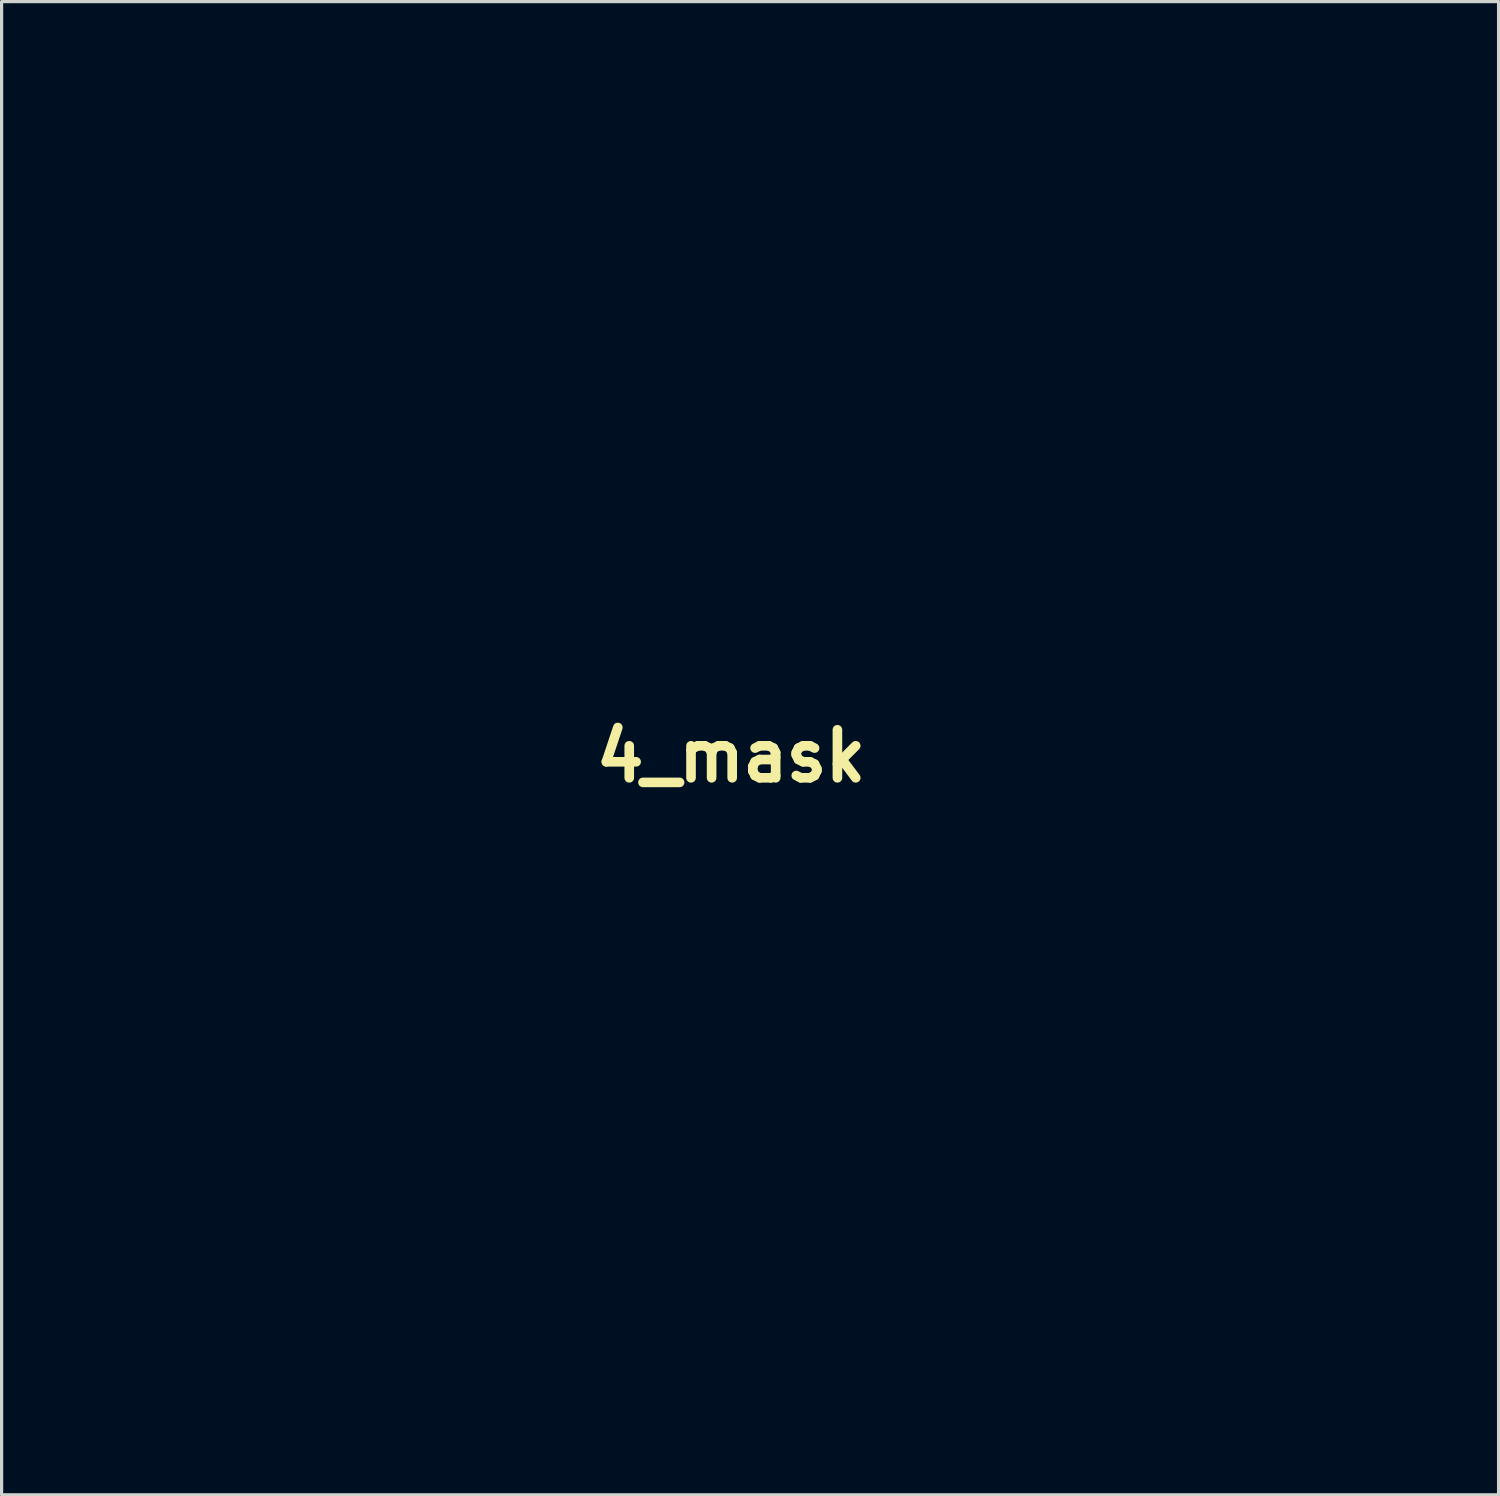
<source format=kicad_pcb>
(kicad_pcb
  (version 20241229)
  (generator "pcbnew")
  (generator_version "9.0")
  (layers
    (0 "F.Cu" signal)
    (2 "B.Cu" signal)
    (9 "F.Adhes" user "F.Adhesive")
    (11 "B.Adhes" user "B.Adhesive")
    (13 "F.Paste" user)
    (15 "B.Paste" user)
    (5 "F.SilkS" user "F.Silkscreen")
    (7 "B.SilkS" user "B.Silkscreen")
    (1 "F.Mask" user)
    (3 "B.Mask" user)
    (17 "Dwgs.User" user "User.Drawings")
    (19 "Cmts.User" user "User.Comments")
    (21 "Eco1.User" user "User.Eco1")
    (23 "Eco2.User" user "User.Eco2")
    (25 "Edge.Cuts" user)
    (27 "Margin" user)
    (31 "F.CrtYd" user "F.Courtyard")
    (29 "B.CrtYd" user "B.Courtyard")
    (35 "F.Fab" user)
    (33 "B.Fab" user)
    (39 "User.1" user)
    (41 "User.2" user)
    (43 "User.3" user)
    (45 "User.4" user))
  (footprint "4_mask"
    (layer "F.Cu")
    (at 19.777 20.559)
    (property "Reference" "4_mask" (at 0 0 0) (layer "F.SilkS") (effects (font (size 1.5 1.5) (thickness 0.3))))
    (attr board_only exclude_from_pos_files exclude_from_bom)
    (fp_poly (pts (xy 9.347 3.542) (xy 9.459 3.714) (xy 9.452 3.93) (xy 9.429 3.979) (xy 9.326 4.113) (xy 9.257 4.149) (xy 9.223 4.229) (xy 9.198 4.456) (xy 9.181 4.807) (xy 9.175 5.257) (xy 9.175 5.271) (xy 9.175 6.393) (xy 12.233 9.44) (xy 15.291 12.487) (xy 15.291 13.906) (xy 15.295 14.402) (xy 15.308 14.815) (xy 15.327 15.119) (xy 15.352 15.293) (xy 15.37 15.325) (xy 15.524 15.398) (xy 15.654 15.578) (xy 15.715 15.8) (xy 15.716 15.826) (xy 15.646 16.081) (xy 15.47 16.258) (xy 15.236 16.338) (xy 14.993 16.3) (xy 14.837 16.186) (xy 14.709 15.934) (xy 14.73 15.666) (xy 14.896 15.434) (xy 14.909 15.424) (xy 14.988 15.357) (xy 15.045 15.282) (xy 15.083 15.171) (xy 15.105 14.996) (xy 15.117 14.731) (xy 15.121 14.347) (xy 15.121 13.915) (xy 15.121 12.572) (xy 12.063 9.525) (xy 9.005 6.478) (xy 9.005 5.324) (xy 9.001 4.836) (xy 8.988 4.492) (xy 8.964 4.264) (xy 8.925 4.128) (xy 8.877 4.064) (xy 8.758 3.882) (xy 8.777 3.689) (xy 8.91 3.537) (xy 9.137 3.471) (xy 9.146 3.471)) (stroke (width 0) (type solid)) (fill yes) (layer "F.Mask"))
    (fp_poly (pts (xy 13.41 -2.815) (xy 13.526 -2.661) (xy 13.55 -2.475) (xy 13.468 -2.312) (xy 13.373 -2.253) (xy 13.333 -2.212) (xy 13.303 -2.109) (xy 13.281 -1.927) (xy 13.266 -1.645) (xy 13.257 -1.245) (xy 13.253 -0.707) (xy 13.252 -0.26) (xy 13.252 0.364) (xy 13.248 0.84) (xy 13.241 1.189) (xy 13.227 1.432) (xy 13.206 1.592) (xy 13.175 1.689) (xy 13.133 1.745) (xy 13.082 1.778) (xy 12.94 1.945) (xy 12.912 2.115) (xy 12.837 2.36) (xy 12.649 2.549) (xy 12.404 2.625) (xy 12.403 2.625) (xy 12.236 2.578) (xy 12.082 2.493) (xy 11.923 2.291) (xy 11.886 2.036) (xy 11.967 1.787) (xy 12.113 1.639) (xy 12.293 1.548) (xy 12.469 1.552) (xy 12.622 1.6) (xy 12.836 1.655) (xy 12.984 1.657) (xy 12.997 1.651) (xy 13.023 1.555) (xy 13.044 1.322) (xy 13.061 0.979) (xy 13.073 0.557) (xy 13.081 0.082) (xy 13.083 -0.415) (xy 13.081 -0.907) (xy 13.074 -1.365) (xy 13.061 -1.759) (xy 13.044 -2.062) (xy 13.022 -2.245) (xy 13.003 -2.286) (xy 12.909 -2.356) (xy 12.863 -2.516) (xy 12.879 -2.688) (xy 12.916 -2.756) (xy 13.078 -2.854) (xy 13.217 -2.879)) (stroke (width 0) (type solid)) (fill yes) (layer "F.Mask"))
    (fp_poly (pts (xy 18.224 -20.531) (xy 18.379 -20.402) (xy 18.433 -20.22) (xy 18.358 -20.033) (xy 18.307 -19.981) (xy 18.289 -19.953) (xy 18.274 -19.891) (xy 18.26 -19.789) (xy 18.247 -19.638) (xy 18.236 -19.431) (xy 18.226 -19.161) (xy 18.217 -18.818) (xy 18.209 -18.397) (xy 18.203 -17.888) (xy 18.197 -17.285) (xy 18.193 -16.579) (xy 18.189 -15.763) (xy 18.186 -14.829) (xy 18.183 -13.769) (xy 18.182 -12.575) (xy 18.18 -11.24) (xy 18.18 -9.756) (xy 18.179 -8.116) (xy 18.179 -7.006) (xy 18.179 5.865) (xy 18.392 6.061) (xy 18.566 6.315) (xy 18.586 6.588) (xy 18.451 6.841) (xy 18.434 6.858) (xy 18.199 7.007) (xy 17.949 6.991) (xy 17.773 6.896) (xy 17.616 6.695) (xy 17.578 6.439) (xy 17.657 6.191) (xy 17.797 6.046) (xy 18.009 5.907) (xy 18.009 -6.984) (xy 18.009 -8.724) (xy 18.009 -10.302) (xy 18.008 -11.727) (xy 18.007 -13.005) (xy 18.005 -14.146) (xy 18.002 -15.156) (xy 17.999 -16.043) (xy 17.995 -16.816) (xy 17.99 -17.483) (xy 17.985 -18.05) (xy 17.978 -18.526) (xy 17.97 -18.918) (xy 17.961 -19.235) (xy 17.951 -19.484) (xy 17.939 -19.673) (xy 17.926 -19.81) (xy 17.911 -19.902) (xy 17.895 -19.958) (xy 17.878 -19.985) (xy 17.774 -20.156) (xy 17.779 -20.353) (xy 17.88 -20.511) (xy 17.993 -20.559)) (stroke (width 0) (type solid)) (fill yes) (layer "F.Mask"))
    (fp_poly (pts (xy 11.52 -1.531) (xy 11.663 -1.4) (xy 11.68 -1.357) (xy 11.693 -1.171) (xy 11.641 -1.004) (xy 11.545 -0.931) (xy 11.544 -0.931) (xy 11.527 -0.849) (xy 11.512 -0.613) (xy 11.499 -0.237) (xy 11.488 0.264) (xy 11.479 0.874) (xy 11.472 1.579) (xy 11.469 2.364) (xy 11.468 2.815) (xy 11.469 6.562) (xy 14.399 9.227) (xy 17.33 11.892) (xy 17.33 14.224) (xy 17.33 16.556) (xy 16.542 17.337) (xy 15.755 18.119) (xy 12.698 18.119) (xy 9.64 18.119) (xy 8.028 16.51) (xy 6.415 14.901) (xy 2.771 14.901) (xy -0.872 14.901) (xy -1.069 15.113) (xy -1.321 15.29) (xy -1.578 15.304) (xy -1.815 15.156) (xy -1.863 15.102) (xy -2.008 14.868) (xy -2.011 14.676) (xy -1.87 14.472) (xy -1.83 14.432) (xy -1.615 14.267) (xy -1.42 14.246) (xy -1.204 14.373) (xy -1.091 14.478) (xy -0.836 14.732) (xy 2.832 14.732) (xy 6.5 14.732) (xy 8.113 16.341) (xy 9.725 17.949) (xy 12.697 17.949) (xy 15.67 17.949) (xy 16.415 17.21) (xy 17.16 16.471) (xy 17.16 14.226) (xy 17.16 11.98) (xy 14.229 9.315) (xy 11.298 6.65) (xy 11.298 2.907) (xy 11.296 1.931) (xy 11.291 1.09) (xy 11.282 0.389) (xy 11.269 -0.165) (xy 11.253 -0.567) (xy 11.233 -0.81) (xy 11.214 -0.889) (xy 11.107 -1.001) (xy 11.042 -1.103) (xy 11.006 -1.26) (xy 11.103 -1.414) (xy 11.12 -1.431) (xy 11.319 -1.544)) (stroke (width 0) (type solid)) (fill yes) (layer "F.Mask"))
    (fp_poly (pts (xy 19.348 13.95) (xy 19.369 13.97) (xy 19.517 14.217) (xy 19.507 14.476) (xy 19.34 14.706) (xy 19.326 14.717) (xy 19.248 14.783) (xy 19.191 14.857) (xy 19.153 14.966) (xy 19.13 15.137) (xy 19.119 15.396) (xy 19.114 15.772) (xy 19.114 16.269) (xy 19.114 17.656) (xy 18.072 18.691) (xy 17.03 19.727) (xy 11.551 19.727) (xy 6.072 19.727) (xy 4.375 18.034) (xy 2.678 16.341) (xy -2.187 16.341) (xy -3.216 16.342) (xy -4.145 16.346) (xy -4.961 16.352) (xy -5.657 16.361) (xy -6.224 16.372) (xy -6.65 16.385) (xy -6.928 16.399) (xy -7.047 16.416) (xy -7.051 16.42) (xy -7.123 16.51) (xy -7.288 16.563) (xy -7.47 16.557) (xy -7.5 16.548) (xy -7.652 16.42) (xy -7.69 16.237) (xy -7.625 16.057) (xy -7.471 15.937) (xy -7.356 15.917) (xy -7.153 15.969) (xy -7.051 16.044) (xy -7.011 16.072) (xy -6.931 16.095) (xy -6.798 16.114) (xy -6.6 16.13) (xy -6.325 16.143) (xy -5.958 16.153) (xy -5.488 16.16) (xy -4.901 16.165) (xy -4.186 16.169) (xy -3.329 16.171) (xy -2.317 16.171) (xy -2.091 16.171) (xy 2.762 16.171) (xy 4.46 17.865) (xy 6.157 19.558) (xy 11.551 19.558) (xy 16.945 19.558) (xy 17.944 18.564) (xy 18.944 17.571) (xy 18.944 16.261) (xy 18.943 15.762) (xy 18.937 15.406) (xy 18.923 15.162) (xy 18.897 15.002) (xy 18.855 14.899) (xy 18.792 14.824) (xy 18.739 14.778) (xy 18.527 14.531) (xy 18.483 14.286) (xy 18.605 14.031) (xy 18.609 14.026) (xy 18.84 13.842) (xy 19.098 13.816)) (stroke (width 0) (type solid)) (fill yes) (layer "F.Mask"))
    (fp_poly (pts (xy 2.113 17.484) (xy 2.261 17.664) (xy 2.313 17.903) (xy 2.247 18.163) (xy 2.145 18.309) (xy 1.929 18.439) (xy 1.676 18.424) (xy 1.431 18.268) (xy 1.409 18.246) (xy 1.212 18.034) (xy -8.983 18.034) (xy -10.524 18.034) (xy -11.905 18.035) (xy -13.133 18.036) (xy -14.217 18.038) (xy -15.168 18.04) (xy -15.992 18.043) (xy -16.7 18.048) (xy -17.299 18.053) (xy -17.799 18.06) (xy -18.209 18.068) (xy -18.538 18.077) (xy -18.793 18.088) (xy -18.985 18.1) (xy -19.122 18.115) (xy -19.212 18.131) (xy -19.265 18.149) (xy -19.287 18.165) (xy -19.455 18.262) (xy -19.574 18.271) (xy -19.702 18.209) (xy -19.764 18.044) (xy -19.777 17.939) (xy -19.753 17.683) (xy -19.635 17.565) (xy -19.438 17.592) (xy -19.27 17.692) (xy -19.233 17.718) (xy -19.19 17.741) (xy -19.131 17.762) (xy -19.047 17.78) (xy -18.929 17.796) (xy -18.769 17.81) (xy -18.556 17.821) (xy -18.282 17.831) (xy -17.937 17.84) (xy -17.513 17.847) (xy -16.999 17.852) (xy -16.388 17.856) (xy -15.669 17.859) (xy -14.834 17.862) (xy -13.873 17.863) (xy -12.777 17.864) (xy -11.537 17.864) (xy -10.144 17.865) (xy -8.886 17.865) (xy -7.361 17.865) (xy -5.996 17.864) (xy -4.784 17.864) (xy -3.714 17.863) (xy -2.778 17.861) (xy -1.966 17.858) (xy -1.271 17.855) (xy -0.683 17.85) (xy -0.192 17.844) (xy 0.21 17.837) (xy 0.532 17.829) (xy 0.784 17.819) (xy 0.973 17.807) (xy 1.11 17.793) (xy 1.203 17.777) (xy 1.261 17.759) (xy 1.294 17.738) (xy 1.31 17.715) (xy 1.314 17.704) (xy 1.424 17.56) (xy 1.616 17.44) (xy 1.891 17.397)) (stroke (width 0) (type solid)) (fill yes) (layer "F.Mask"))
    (fp_poly (pts (xy 12.765 -12.823) (xy 12.907 -12.692) (xy 12.931 -12.487) (xy 12.832 -12.26) (xy 12.819 -12.243) (xy 12.771 -12.171) (xy 12.733 -12.079) (xy 12.705 -11.947) (xy 12.684 -11.753) (xy 12.671 -11.478) (xy 12.663 -11.101) (xy 12.659 -10.601) (xy 12.658 -9.957) (xy 12.658 -9.765) (xy 12.658 -7.491) (xy 14.016 -6.139) (xy 14.457 -5.702) (xy 14.797 -5.371) (xy 15.053 -5.131) (xy 15.243 -4.97) (xy 15.385 -4.872) (xy 15.497 -4.823) (xy 15.595 -4.81) (xy 15.661 -4.812) (xy 15.959 -4.774) (xy 16.153 -4.608) (xy 16.225 -4.331) (xy 16.225 -4.318) (xy 16.175 -4.09) (xy 16.052 -3.901) (xy 15.898 -3.811) (xy 15.88 -3.81) (xy 15.864 -3.727) (xy 15.85 -3.483) (xy 15.837 -3.089) (xy 15.826 -2.552) (xy 15.817 -1.882) (xy 15.809 -1.088) (xy 15.804 -0.178) (xy 15.801 0.837) (xy 15.801 1.676) (xy 15.801 7.161) (xy 18.178 9.19) (xy 20.555 11.218) (xy 20.556 15.103) (xy 20.558 18.988) (xy 20.77 19.184) (xy 20.943 19.431) (xy 20.966 19.681) (xy 20.856 19.894) (xy 20.629 20.033) (xy 20.404 20.066) (xy 20.151 20.009) (xy 19.998 19.854) (xy 19.908 19.669) (xy 19.926 19.489) (xy 19.962 19.391) (xy 20.084 19.198) (xy 20.227 19.089) (xy 20.265 19.072) (xy 20.296 19.034) (xy 20.322 18.963) (xy 20.342 18.844) (xy 20.358 18.661) (xy 20.369 18.4) (xy 20.377 18.046) (xy 20.382 17.586) (xy 20.385 17.004) (xy 20.386 16.285) (xy 20.385 15.416) (xy 20.385 15.171) (xy 20.382 11.303) (xy 18.007 9.274) (xy 15.631 7.244) (xy 15.631 1.75) (xy 15.631 -3.743) (xy 15.413 -3.914) (xy 15.254 -4.089) (xy 15.216 -4.31) (xy 15.22 -4.372) (xy 15.221 -4.471) (xy 15.197 -4.571) (xy 15.133 -4.69) (xy 15.016 -4.845) (xy 14.83 -5.054) (xy 14.563 -5.333) (xy 14.199 -5.702) (xy 13.866 -6.035) (xy 12.488 -7.41) (xy 12.488 -9.773) (xy 12.487 -10.481) (xy 12.483 -11.038) (xy 12.475 -11.465) (xy 12.462 -11.779) (xy 12.443 -12) (xy 12.418 -12.147) (xy 12.384 -12.24) (xy 12.353 -12.285) (xy 12.262 -12.481) (xy 12.304 -12.669) (xy 12.445 -12.807) (xy 12.651 -12.849)) (stroke (width 0) (type solid)) (fill yes) (layer "F.Mask")))
  (gr_rect
    (start -3 -3)
    (end 43.743 43.625)
    (stroke (width 0.1) (type default))
    (fill no)
    (layer "Edge.Cuts")))
</source>
